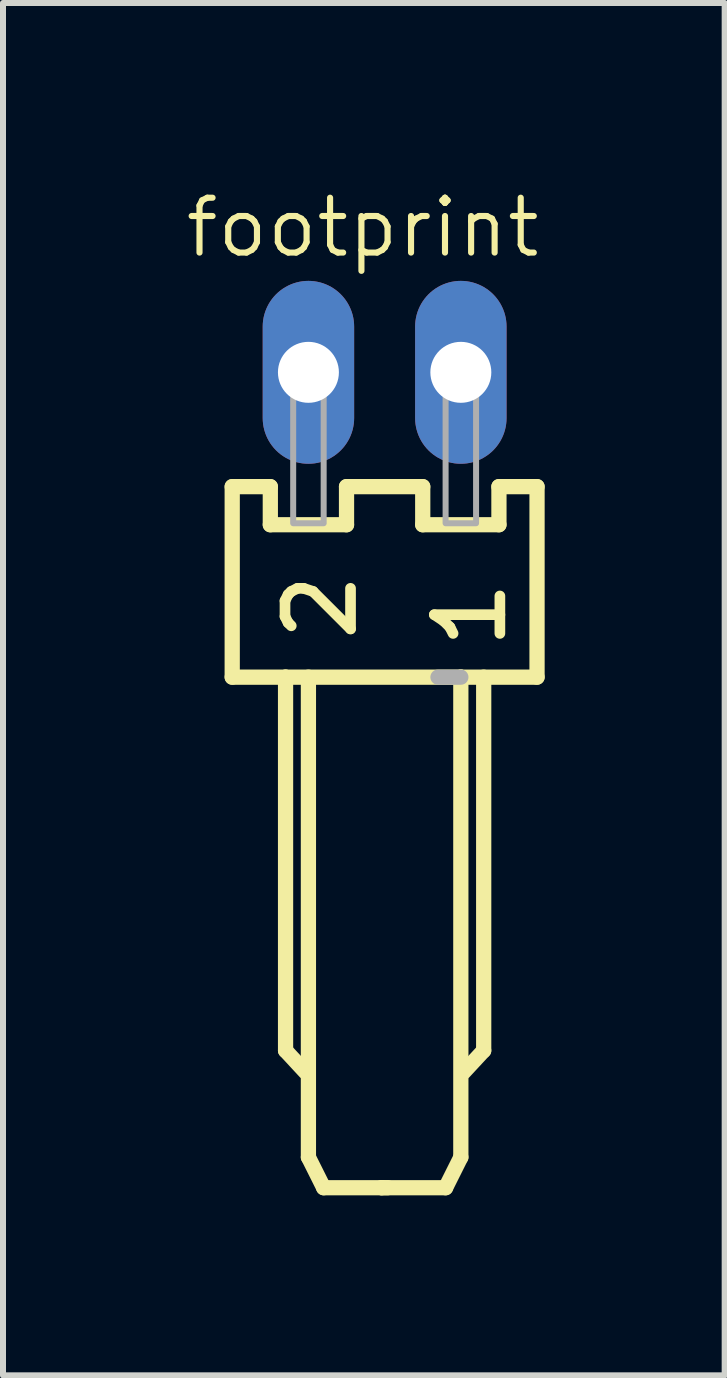
<source format=kicad_pcb>
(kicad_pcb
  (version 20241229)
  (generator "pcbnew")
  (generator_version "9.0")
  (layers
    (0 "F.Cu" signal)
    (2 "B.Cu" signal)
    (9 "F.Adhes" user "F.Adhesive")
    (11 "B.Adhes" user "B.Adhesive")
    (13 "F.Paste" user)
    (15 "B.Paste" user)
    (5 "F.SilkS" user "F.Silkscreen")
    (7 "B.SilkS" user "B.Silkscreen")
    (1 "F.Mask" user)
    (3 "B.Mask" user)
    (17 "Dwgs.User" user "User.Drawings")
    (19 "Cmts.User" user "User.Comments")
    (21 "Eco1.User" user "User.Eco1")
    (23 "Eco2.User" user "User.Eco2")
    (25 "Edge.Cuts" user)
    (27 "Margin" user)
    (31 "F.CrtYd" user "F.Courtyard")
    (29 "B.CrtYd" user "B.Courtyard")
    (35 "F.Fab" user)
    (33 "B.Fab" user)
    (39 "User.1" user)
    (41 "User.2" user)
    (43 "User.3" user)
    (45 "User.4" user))
  (footprint "footprint"
    (layer "F.Cu")
    (at 3.36 3.155)
    (property "Reference" "footprint" (at 2.64 -2.948 0) (layer "F.SilkS") (effects (font (size 0.914 0.914) (thickness 0.102)) (justify right top)))
    (fp_line (start -2.54 1.905) (end -2.54 5.08) (stroke (width 0.254) (type solid)) (layer "F.SilkS"))
    (fp_line (start -2.54 5.08) (end -1.651 5.08) (stroke (width 0.254) (type solid)) (layer "F.SilkS"))
    (fp_line (start -1.905 1.905) (end -2.54 1.905) (stroke (width 0.254) (type solid)) (layer "F.SilkS"))
    (fp_line (start -1.905 2.54) (end -1.905 1.905) (stroke (width 0.254) (type solid)) (layer "F.SilkS"))
    (fp_line (start -1.651 5.08) (end -1.651 11.303) (stroke (width 0.254) (type solid)) (layer "F.SilkS"))
    (fp_line (start -1.651 5.08) (end 1.27 5.08) (stroke (width 0.254) (type solid)) (layer "F.SilkS"))
    (fp_line (start -1.651 11.303) (end -1.321 11.659) (stroke (width 0.254) (type solid)) (layer "F.SilkS"))
    (fp_line (start -1.27 5.08) (end -1.27 13.081) (stroke (width 0.254) (type solid)) (layer "F.SilkS"))
    (fp_line (start -1.27 13.081) (end -1.016 13.589) (stroke (width 0.254) (type solid)) (layer "F.SilkS"))
    (fp_line (start -1.016 13.589) (end -0.051 13.589) (stroke (width 0.254) (type solid)) (layer "F.SilkS"))
    (fp_line (start -0.635 1.905) (end -0.635 2.54) (stroke (width 0.254) (type solid)) (layer "F.SilkS"))
    (fp_line (start -0.635 2.54) (end -1.905 2.54) (stroke (width 0.254) (type solid)) (layer "F.SilkS"))
    (fp_line (start -0.051 13.589) (end 0.051 13.589) (stroke (width 0.254) (type solid)) (layer "F.SilkS"))
    (fp_line (start 0.635 1.905) (end -0.635 1.905) (stroke (width 0.254) (type solid)) (layer "F.SilkS"))
    (fp_line (start 0.635 2.54) (end 0.635 1.905) (stroke (width 0.254) (type solid)) (layer "F.SilkS"))
    (fp_line (start 1.016 13.589) (end -0.051 13.589) (stroke (width 0.254) (type solid)) (layer "F.SilkS"))
    (fp_line (start 1.27 5.08) (end 1.27 13.081) (stroke (width 0.254) (type solid)) (layer "F.SilkS"))
    (fp_line (start 1.27 5.08) (end 2.54 5.08) (stroke (width 0.254) (type solid)) (layer "F.SilkS"))
    (fp_line (start 1.27 13.081) (end 1.016 13.589) (stroke (width 0.254) (type solid)) (layer "F.SilkS"))
    (fp_line (start 1.651 5.08) (end 1.651 11.303) (stroke (width 0.254) (type solid)) (layer "F.SilkS"))
    (fp_line (start 1.651 11.303) (end 1.321 11.659) (stroke (width 0.254) (type solid)) (layer "F.SilkS"))
    (fp_line (start 1.905 1.905) (end 1.905 2.54) (stroke (width 0.254) (type solid)) (layer "F.SilkS"))
    (fp_line (start 1.905 2.54) (end 0.635 2.54) (stroke (width 0.254) (type solid)) (layer "F.SilkS"))
    (fp_line (start 2.54 1.905) (end 1.905 1.905) (stroke (width 0.254) (type solid)) (layer "F.SilkS"))
    (fp_line (start 2.54 5.08) (end 2.54 1.905) (stroke (width 0.254) (type solid)) (layer "F.SilkS"))
    (fp_line (start 1.27 5.08) (end 0.889 5.08) (stroke (width 0.254) (type solid)) (layer "F.Fab"))
    (fp_poly (pts (xy -1.524 0.254) (xy -1.016 0.254) (xy -1.016 -0.254) (xy -1.524 -0.254)) (stroke (width 0.1) (type solid)) (fill no) (layer "F.Fab"))
    (fp_poly (pts (xy -1.524 2.515) (xy -1.016 2.515) (xy -1.016 0.279) (xy -1.524 0.279)) (stroke (width 0.1) (type solid)) (fill no) (layer "F.Fab"))
    (fp_poly (pts (xy 1.016 0.254) (xy 1.524 0.254) (xy 1.524 -0.254) (xy 1.016 -0.254)) (stroke (width 0.1) (type solid)) (fill no) (layer "F.Fab"))
    (fp_poly (pts (xy 1.016 2.515) (xy 1.524 2.515) (xy 1.524 0.279) (xy 1.016 0.279)) (stroke (width 0.1) (type solid)) (fill no) (layer "F.Fab"))
    (fp_text user "2" (at -1.703 3.275 90) (layer "F.SilkS") (effects (font (size 1.092 1.092) (thickness 0.178)) (justify right top)))
    (fp_text user "1" (at 0.786 3.402 90) (layer "F.SilkS") (effects (font (size 1.092 1.092) (thickness 0.178)) (justify right top)))
    (pad "1" thru_hole oval (at 1.27 0 90) (size 3.048 1.524) (drill 1.016) (layers "*.Cu" "*.Mask"))
    (pad "2" thru_hole oval (at -1.27 0 90) (size 3.048 1.524) (drill 1.016) (layers "*.Cu" "*.Mask")))
  (gr_rect
    (start -3 -3)
    (end 9.027 19.871)
    (stroke (width 0.1) (type default))
    (fill no)
    (layer "Edge.Cuts")))
</source>
